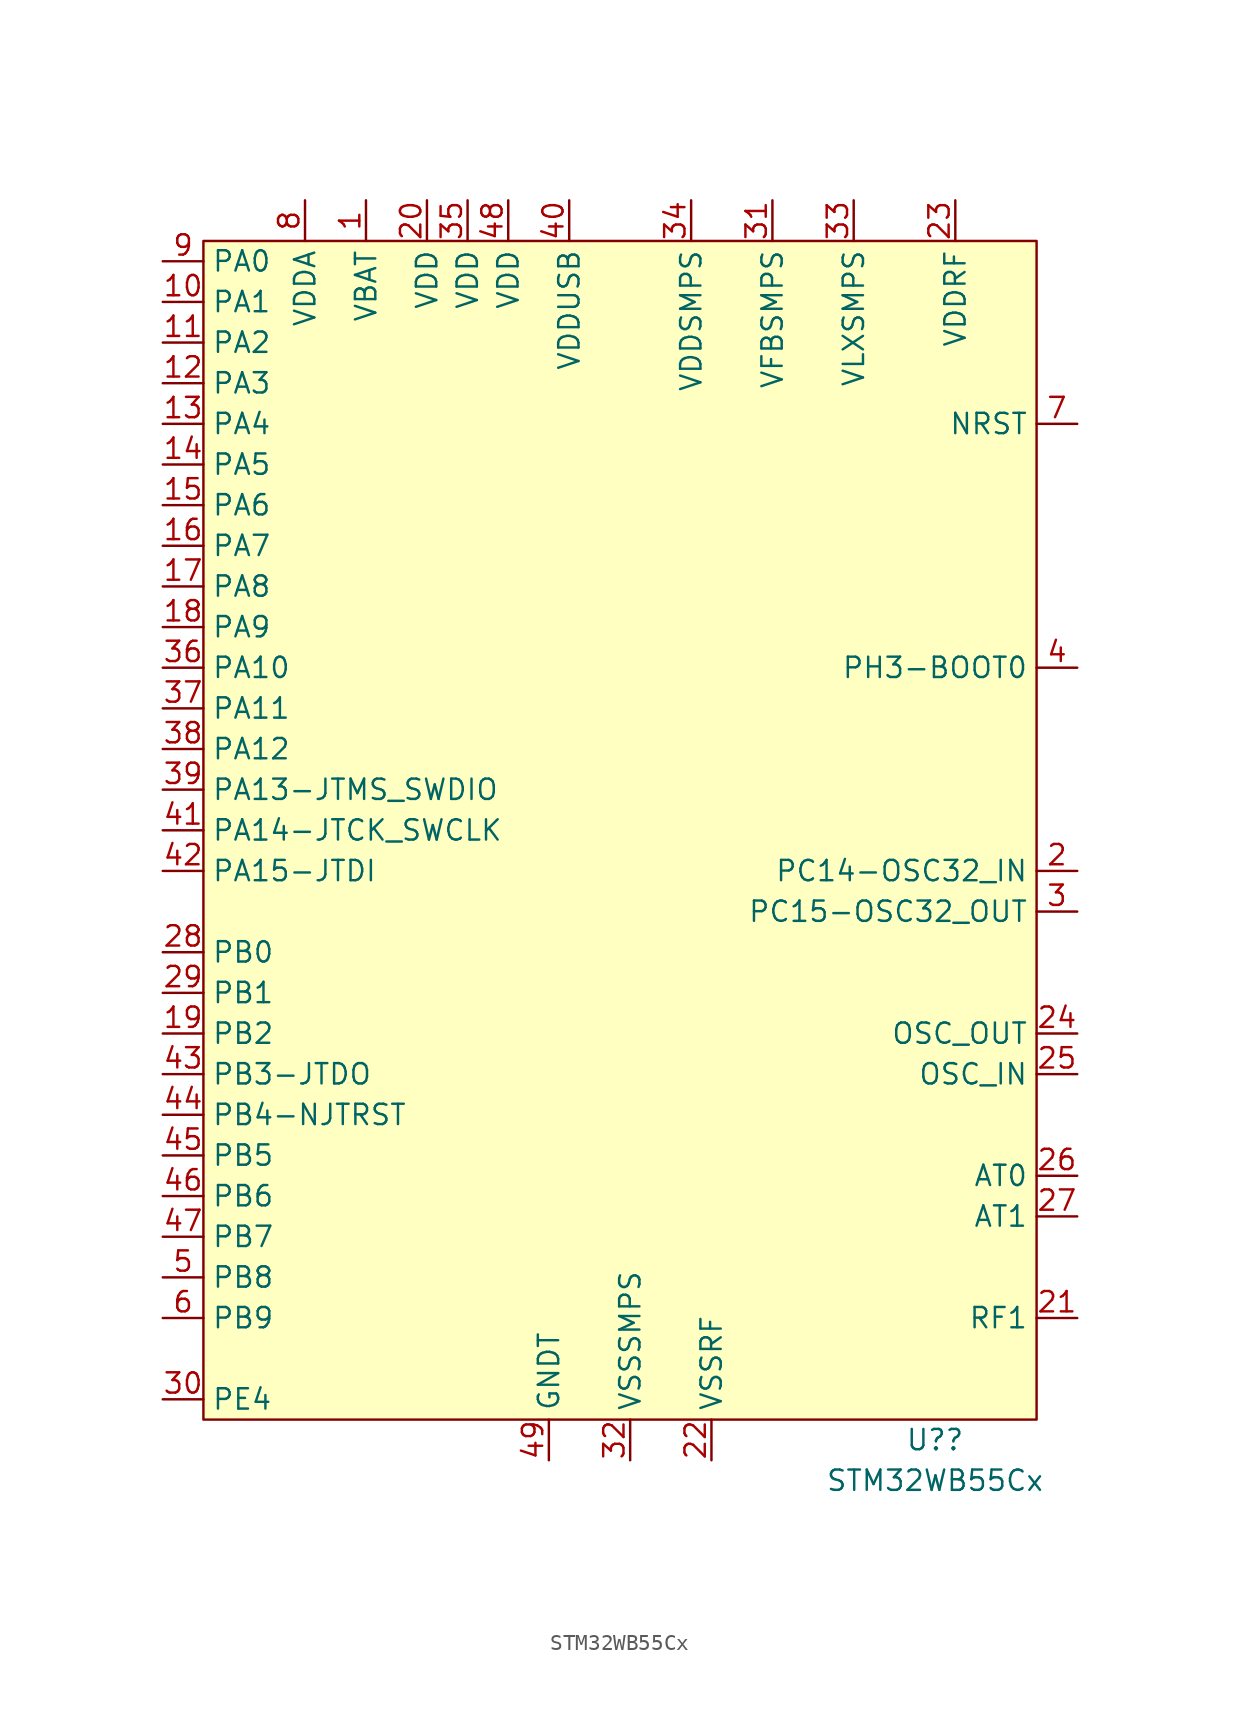
<source format=kicad_sym>
(kicad_symbol_lib
  (version 20211014)
  (generator kicad_symbol_editor)
  (symbol "STM32WB55Cx"
    (property "Reference" "U?"
      (at 19.05 -38.1 0)
      (effects (font (size 1.27 1.27))))
    (property "Value" "STM32WB55Cx"
      (at 19.05 -40.64 0)
      (effects (font (size 1.27 1.27))))
    (symbol "STM32WB55Cx_0_1"
      (rectangle (start -26.67 36.83) (end 25.4 -36.83) (stroke (width 0) (type default) (color 0 0 0 0)) (fill (type background))))
    (symbol "STM32WB55Cx_1_1"
      (pin power_in line (at -16.51 39.37 270) (length 2.54) (name "VBAT" (effects (font (size 1.27 1.27)))) (number "1" (effects (font (size 1.27 1.27)))))
      (pin bidirectional line (at -29.21 33.02 0) (length 2.54) (name "PA1" (effects (font (size 1.27 1.27)))) (number "10" (effects (font (size 1.27 1.27)))))
      (pin bidirectional line (at -29.21 30.48 0) (length 2.54) (name "PA2" (effects (font (size 1.27 1.27)))) (number "11" (effects (font (size 1.27 1.27)))))
      (pin bidirectional line (at -29.21 27.94 0) (length 2.54) (name "PA3" (effects (font (size 1.27 1.27)))) (number "12" (effects (font (size 1.27 1.27)))))
      (pin bidirectional line (at -29.21 25.4 0) (length 2.54) (name "PA4" (effects (font (size 1.27 1.27)))) (number "13" (effects (font (size 1.27 1.27)))))
      (pin bidirectional line (at -29.21 22.86 0) (length 2.54) (name "PA5" (effects (font (size 1.27 1.27)))) (number "14" (effects (font (size 1.27 1.27)))))
      (pin bidirectional line (at -29.21 20.32 0) (length 2.54) (name "PA6" (effects (font (size 1.27 1.27)))) (number "15" (effects (font (size 1.27 1.27)))))
      (pin bidirectional line (at -29.21 17.78 0) (length 2.54) (name "PA7" (effects (font (size 1.27 1.27)))) (number "16" (effects (font (size 1.27 1.27)))))
      (pin bidirectional line (at -29.21 15.24 0) (length 2.54) (name "PA8" (effects (font (size 1.27 1.27)))) (number "17" (effects (font (size 1.27 1.27)))))
      (pin bidirectional line (at -29.21 12.7 0) (length 2.54) (name "PA9" (effects (font (size 1.27 1.27)))) (number "18" (effects (font (size 1.27 1.27)))))
      (pin bidirectional line (at -29.21 -12.7 0) (length 2.54) (name "PB2" (effects (font (size 1.27 1.27)))) (number "19" (effects (font (size 1.27 1.27)))))
      (pin bidirectional line (at 27.94 -2.54 180) (length 2.54) (name "PC14-OSC32_IN" (effects (font (size 1.27 1.27)))) (number "2" (effects (font (size 1.27 1.27)))))
      (pin power_in line (at -12.7 39.37 270) (length 2.54) (name "VDD" (effects (font (size 1.27 1.27)))) (number "20" (effects (font (size 1.27 1.27)))))
      (pin bidirectional line (at 27.94 -30.48 180) (length 2.54) (name "RF1" (effects (font (size 1.27 1.27)))) (number "21" (effects (font (size 1.27 1.27)))))
      (pin power_in line (at 5.08 -39.37 90) (length 2.54) (name "VSSRF" (effects (font (size 1.27 1.27)))) (number "22" (effects (font (size 1.27 1.27)))))
      (pin bidirectional line (at 20.32 39.37 270) (length 2.54) (name "VDDRF" (effects (font (size 1.27 1.27)))) (number "23" (effects (font (size 1.27 1.27)))))
      (pin output line (at 27.94 -12.7 180) (length 2.54) (name "OSC_OUT" (effects (font (size 1.27 1.27)))) (number "24" (effects (font (size 1.27 1.27)))))
      (pin input line (at 27.94 -15.24 180) (length 2.54) (name "OSC_IN" (effects (font (size 1.27 1.27)))) (number "25" (effects (font (size 1.27 1.27)))))
      (pin bidirectional line (at 27.94 -21.59 180) (length 2.54) (name "AT0" (effects (font (size 1.27 1.27)))) (number "26" (effects (font (size 1.27 1.27)))))
      (pin bidirectional line (at 27.94 -24.13 180) (length 2.54) (name "AT1" (effects (font (size 1.27 1.27)))) (number "27" (effects (font (size 1.27 1.27)))))
      (pin bidirectional line (at -29.21 -7.62 0) (length 2.54) (name "PB0" (effects (font (size 1.27 1.27)))) (number "28" (effects (font (size 1.27 1.27)))))
      (pin bidirectional line (at -29.21 -10.16 0) (length 2.54) (name "PB1" (effects (font (size 1.27 1.27)))) (number "29" (effects (font (size 1.27 1.27)))))
      (pin bidirectional line (at 27.94 -5.08 180) (length 2.54) (name "PC15-OSC32_OUT" (effects (font (size 1.27 1.27)))) (number "3" (effects (font (size 1.27 1.27)))))
      (pin bidirectional line (at -29.21 -35.56 0) (length 2.54) (name "PE4" (effects (font (size 1.27 1.27)))) (number "30" (effects (font (size 1.27 1.27)))))
      (pin power_in line (at 8.89 39.37 270) (length 2.54) (name "VFBSMPS" (effects (font (size 1.27 1.27)))) (number "31" (effects (font (size 1.27 1.27)))))
      (pin power_in line (at 0 -39.37 90) (length 2.54) (name "VSSSMPS" (effects (font (size 1.27 1.27)))) (number "32" (effects (font (size 1.27 1.27)))))
      (pin power_in line (at 13.97 39.37 270) (length 2.54) (name "VLXSMPS" (effects (font (size 1.27 1.27)))) (number "33" (effects (font (size 1.27 1.27)))))
      (pin power_in line (at 3.81 39.37 270) (length 2.54) (name "VDDSMPS" (effects (font (size 1.27 1.27)))) (number "34" (effects (font (size 1.27 1.27)))))
      (pin power_in line (at -10.16 39.37 270) (length 2.54) (name "VDD" (effects (font (size 1.27 1.27)))) (number "35" (effects (font (size 1.27 1.27)))))
      (pin bidirectional line (at -29.21 10.16 0) (length 2.54) (name "PA10" (effects (font (size 1.27 1.27)))) (number "36" (effects (font (size 1.27 1.27)))))
      (pin bidirectional line (at -29.21 7.62 0) (length 2.54) (name "PA11" (effects (font (size 1.27 1.27)))) (number "37" (effects (font (size 1.27 1.27)))))
      (pin bidirectional line (at -29.21 5.08 0) (length 2.54) (name "PA12" (effects (font (size 1.27 1.27)))) (number "38" (effects (font (size 1.27 1.27)))))
      (pin bidirectional line (at -29.21 2.54 0) (length 2.54) (name "PA13-JTMS_SWDIO" (effects (font (size 1.27 1.27)))) (number "39" (effects (font (size 1.27 1.27)))))
      (pin bidirectional line (at 27.94 10.16 180) (length 2.54) (name "PH3-BOOT0" (effects (font (size 1.27 1.27)))) (number "4" (effects (font (size 1.27 1.27)))))
      (pin power_in line (at -3.81 39.37 270) (length 2.54) (name "VDDUSB" (effects (font (size 1.27 1.27)))) (number "40" (effects (font (size 1.27 1.27)))))
      (pin bidirectional line (at -29.21 0 0) (length 2.54) (name "PA14-JTCK_SWCLK" (effects (font (size 1.27 1.27)))) (number "41" (effects (font (size 1.27 1.27)))))
      (pin bidirectional line (at -29.21 -2.54 0) (length 2.54) (name "PA15-JTDI" (effects (font (size 1.27 1.27)))) (number "42" (effects (font (size 1.27 1.27)))))
      (pin bidirectional line (at -29.21 -15.24 0) (length 2.54) (name "PB3-JTDO" (effects (font (size 1.27 1.27)))) (number "43" (effects (font (size 1.27 1.27)))))
      (pin bidirectional line (at -29.21 -17.78 0) (length 2.54) (name "PB4-NJTRST" (effects (font (size 1.27 1.27)))) (number "44" (effects (font (size 1.27 1.27)))))
      (pin bidirectional line (at -29.21 -20.32 0) (length 2.54) (name "PB5" (effects (font (size 1.27 1.27)))) (number "45" (effects (font (size 1.27 1.27)))))
      (pin bidirectional line (at -29.21 -22.86 0) (length 2.54) (name "PB6" (effects (font (size 1.27 1.27)))) (number "46" (effects (font (size 1.27 1.27)))))
      (pin bidirectional line (at -29.21 -25.4 0) (length 2.54) (name "PB7" (effects (font (size 1.27 1.27)))) (number "47" (effects (font (size 1.27 1.27)))))
      (pin power_in line (at -7.62 39.37 270) (length 2.54) (name "VDD" (effects (font (size 1.27 1.27)))) (number "48" (effects (font (size 1.27 1.27)))))
      (pin power_in line (at -5.08 -39.37 90) (length 2.54) (name "GNDT" (effects (font (size 1.27 1.27)))) (number "49" (effects (font (size 1.27 1.27)))))
      (pin bidirectional line (at -29.21 -27.94 0) (length 2.54) (name "PB8" (effects (font (size 1.27 1.27)))) (number "5" (effects (font (size 1.27 1.27)))))
      (pin bidirectional line (at -29.21 -30.48 0) (length 2.54) (name "PB9" (effects (font (size 1.27 1.27)))) (number "6" (effects (font (size 1.27 1.27)))))
      (pin input line (at 27.94 25.4 180) (length 2.54) (name "NRST" (effects (font (size 1.27 1.27)))) (number "7" (effects (font (size 1.27 1.27)))))
      (pin power_in line (at -20.32 39.37 270) (length 2.54) (name "VDDA" (effects (font (size 1.27 1.27)))) (number "8" (effects (font (size 1.27 1.27)))))
      (pin bidirectional line (at -29.21 35.56 0) (length 2.54) (name "PA0" (effects (font (size 1.27 1.27)))) (number "9" (effects (font (size 1.27 1.27))))))))
</source>
